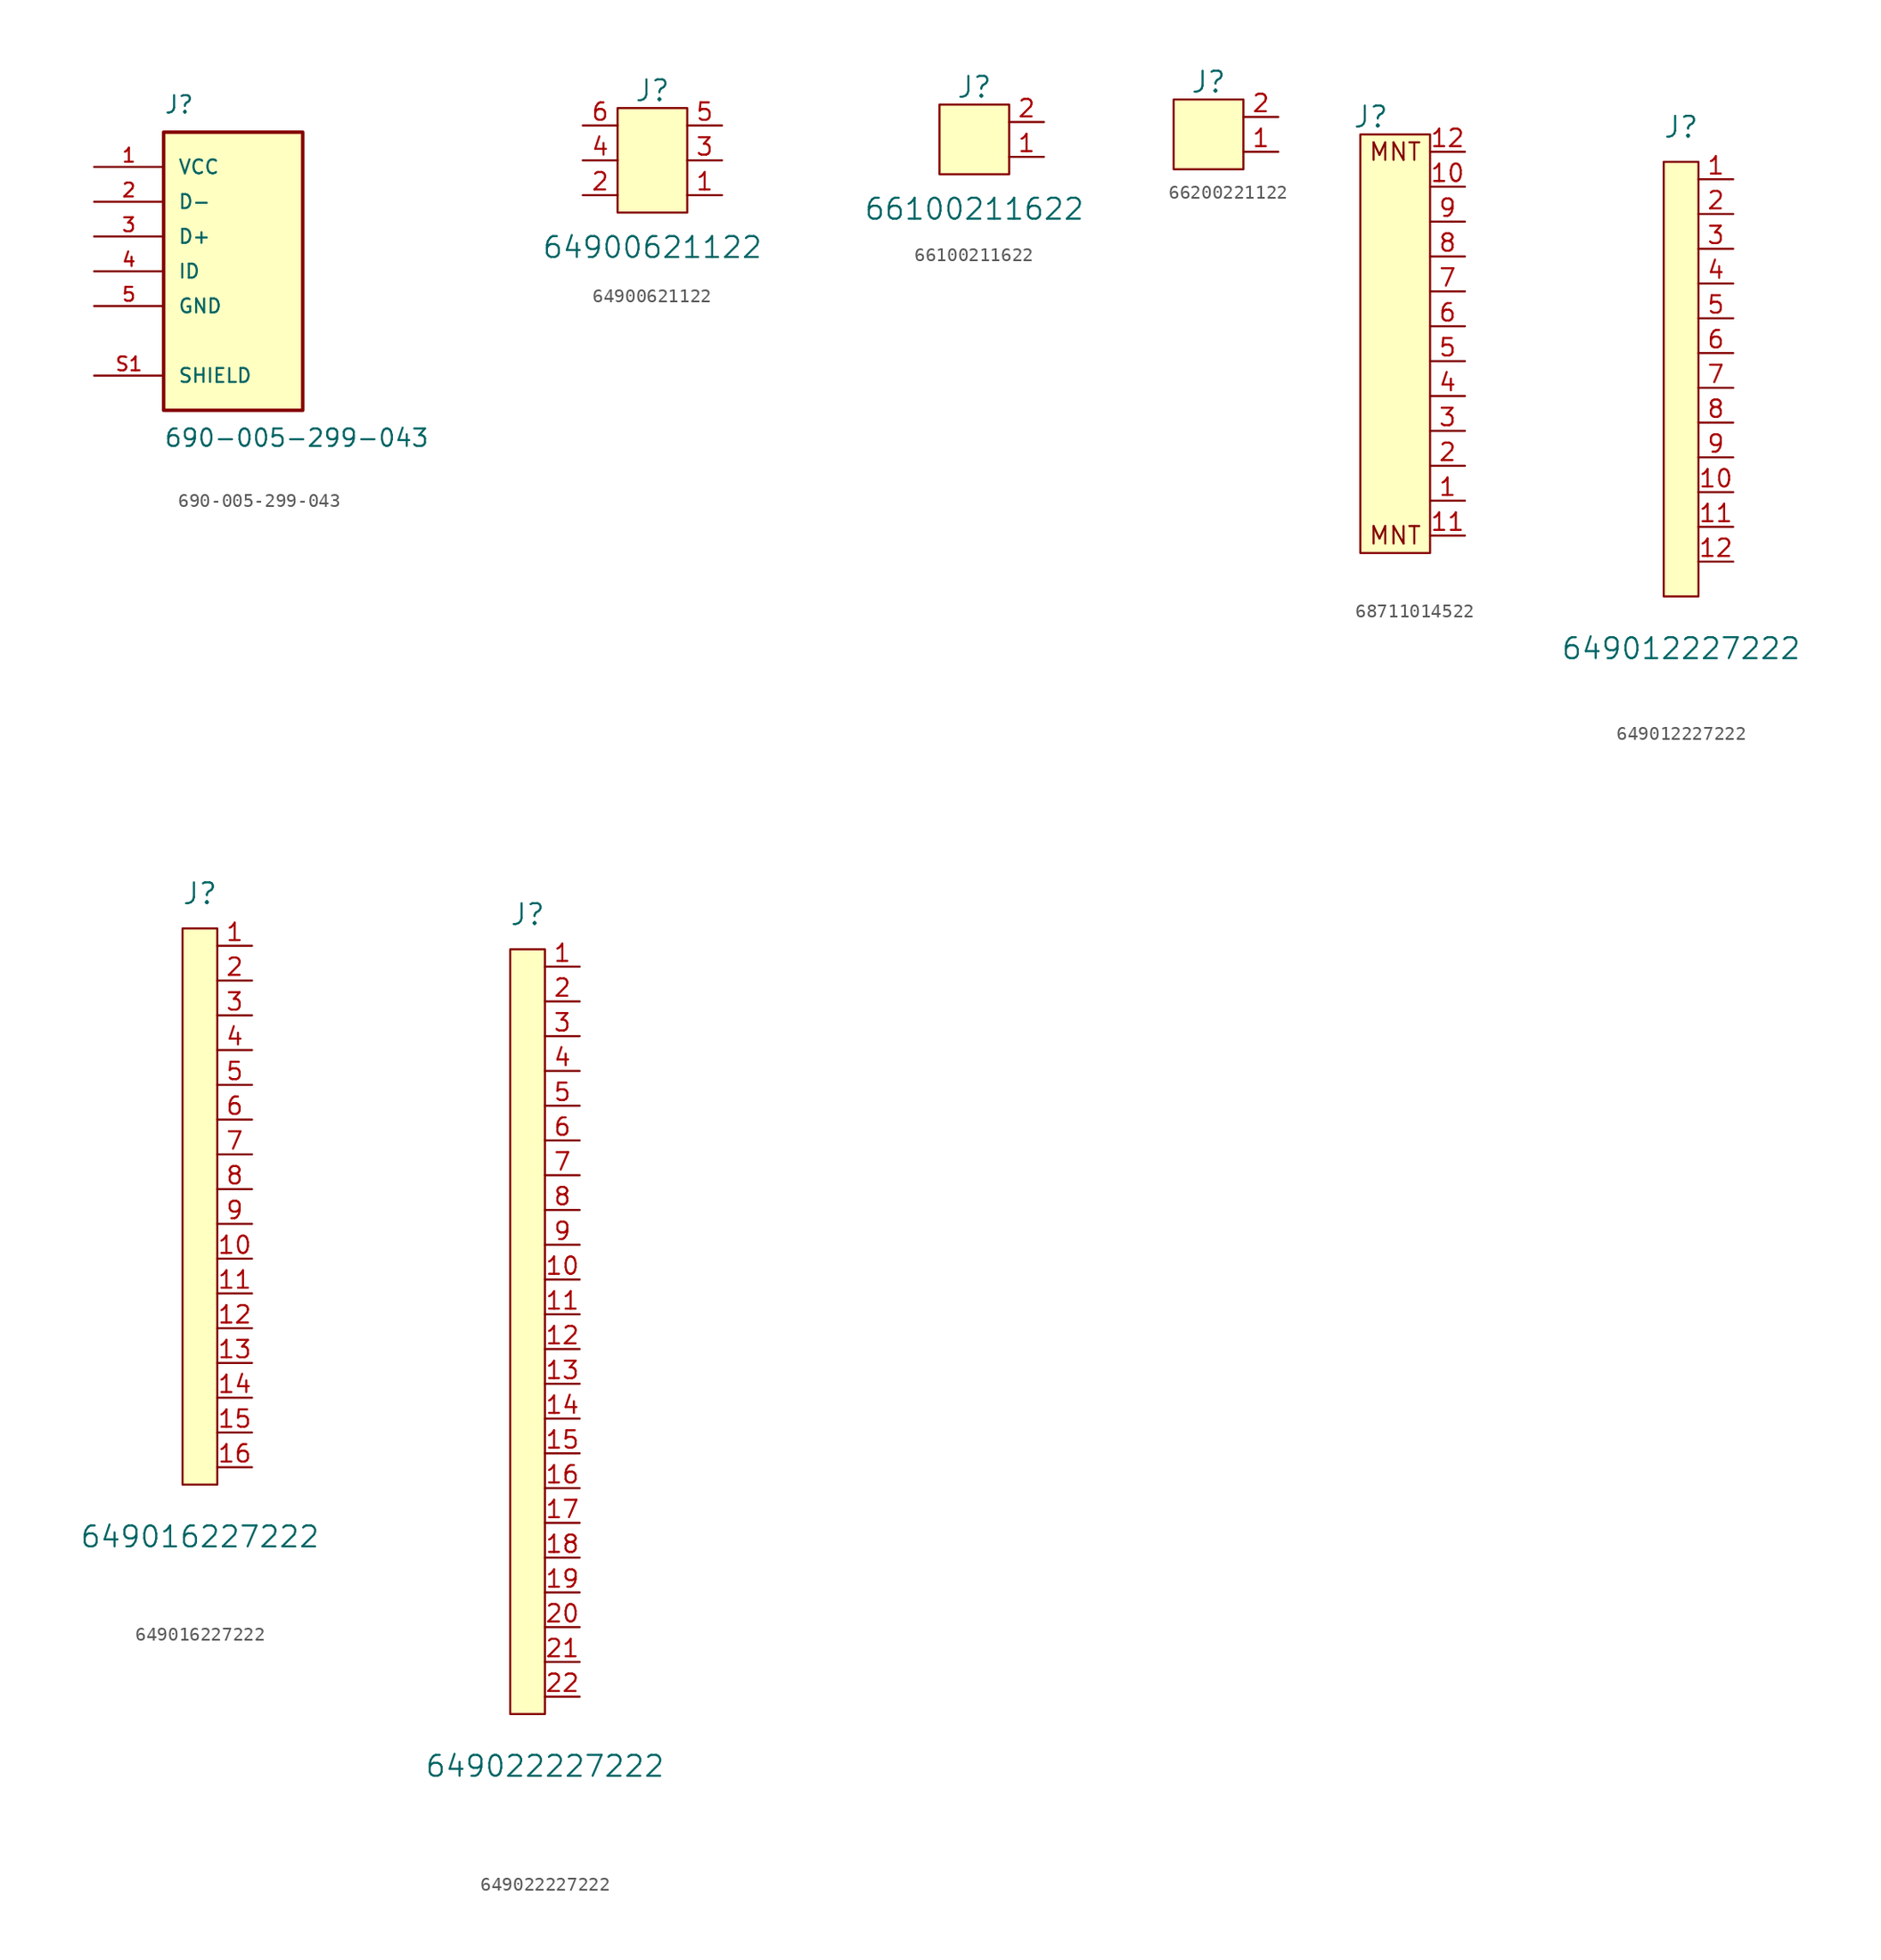
<source format=kicad_sym>
(kicad_symbol_lib
  (version 20241209)
  (generator "kicad_symbol_editor")
  (generator_version "9.0")
  (symbol "690-005-299-043"
    (pin_names
      (offset 1.016))
    (property "Reference" "J"
      (at -5.08 11.43 0)
      (effects (font (size 1.27 1.27)) (justify left bottom)))
    (property "Value" "690-005-299-043"
      (at -5.08 -11.43 0)
      (effects (font (size 1.27 1.27)) (justify left top)))
    (symbol "690-005-299-043_0_0"
      (rectangle (start -5.08 -10.16) (end 5.08 10.16) (stroke (width 0.254) (type default)) (fill (type background)))
      (pin bidirectional line (at -10.16 5.08 0) (length 5.08) (name "D-" (effects (font (size 1.016 1.016)))) (number "2" (effects (font (size 1.016 1.016)))))
      (pin bidirectional line (at -10.16 2.54 0) (length 5.08) (name "D+" (effects (font (size 1.016 1.016)))) (number "3" (effects (font (size 1.016 1.016)))))
      (pin bidirectional line (at -10.16 0 0) (length 5.08) (name "ID" (effects (font (size 1.016 1.016)))) (number "4" (effects (font (size 1.016 1.016)))))
      (pin power_in line (at -10.16 -2.54 0) (length 5.08) (name "GND" (effects (font (size 1.016 1.016)))) (number "5" (effects (font (size 1.016 1.016)))))
      (pin passive line (at -10.16 -7.62 0) (length 5.08) (name "SHIELD" (effects (font (size 1.016 1.016)))) (number "S1" (effects (font (size 1.016 1.016))))))
    (symbol "690-005-299-043_1_0"
      (pin power_out line (at -10.16 7.62 0) (length 5.08) (name "VCC" (effects (font (size 1.016 1.016)))) (number "1" (effects (font (size 1.016 1.016)))))))
  (symbol "64900621122"
    (pin_names
      (offset 0)
      (hide yes))
    (property "Reference" "J"
      (at 0 7.62 0)
      (effects (font (size 1.524 1.524))))
    (property "Value" "64900621122"
      (at 0 -3.81 0)
      (effects (font (size 1.524 1.524))))
    (symbol "64900621122_0_1"
      (rectangle (start -2.54 6.35) (end 2.54 -1.27) (stroke (width 0) (type default)) (fill (type background))))
    (symbol "64900621122_1_1"
      (pin passive line (at -5.08 5.08 0) (length 2.54) (name "6" (effects (font (size 1.27 1.27)))) (number "6" (effects (font (size 1.27 1.27)))))
      (pin passive line (at -5.08 2.54 0) (length 2.54) (name "4" (effects (font (size 1.27 1.27)))) (number "4" (effects (font (size 1.27 1.27)))))
      (pin passive line (at -5.08 0 0) (length 2.54) (name "2" (effects (font (size 1.27 1.27)))) (number "2" (effects (font (size 1.27 1.27)))))
      (pin passive line (at 5.08 5.08 180) (length 2.54) (name "5" (effects (font (size 1.27 1.27)))) (number "5" (effects (font (size 1.27 1.27)))))
      (pin passive line (at 5.08 2.54 180) (length 2.54) (name "3" (effects (font (size 1.27 1.27)))) (number "3" (effects (font (size 1.27 1.27)))))
      (pin passive line (at 5.08 0 180) (length 2.54) (name "1" (effects (font (size 1.27 1.27)))) (number "1" (effects (font (size 1.27 1.27)))))))
  (symbol "66100211622"
    (pin_names
      (offset 0)
      (hide yes))
    (property "Reference" "J"
      (at 0 5.08 0)
      (effects (font (size 1.524 1.524))))
    (property "Value" "66100211622"
      (at 0 -3.81 0)
      (effects (font (size 1.524 1.524))))
    (symbol "66100211622_0_1"
      (rectangle (start -2.54 3.81) (end 2.54 -1.27) (stroke (width 0) (type default)) (fill (type background))))
    (symbol "66100211622_1_1"
      (pin passive line (at 5.08 2.54 180) (length 2.54) (name "2" (effects (font (size 1.27 1.27)))) (number "2" (effects (font (size 1.27 1.27)))))
      (pin passive line (at 5.08 0 180) (length 2.54) (name "1" (effects (font (size 1.27 1.27)))) (number "1" (effects (font (size 1.27 1.27)))))))
  (symbol "66200221122"
    (pin_names
      (offset 0)
      (hide yes))
    (property "Reference" "J"
      (at 0 5.08 0)
      (effects (font (size 1.524 1.524))))
    (symbol "66200221122_0_1"
      (rectangle (start -2.54 3.81) (end 2.54 -1.27) (stroke (width 0) (type default)) (fill (type background))))
    (symbol "66200221122_1_1"
      (pin passive line (at 5.08 2.54 180) (length 2.54) (name "2" (effects (font (size 1.27 1.27)))) (number "2" (effects (font (size 1.27 1.27)))))
      (pin passive line (at 5.08 0 180) (length 2.54) (name "1" (effects (font (size 1.27 1.27)))) (number "1" (effects (font (size 1.27 1.27)))))))
  (symbol "68711014522"
    (pin_names
      (offset 0)
      (hide yes))
    (property "Reference" "J"
      (at -4.318 27.94 0)
      (effects (font (size 1.524 1.524))))
    (symbol "68711014522_0_0"
      (rectangle (start -5.08 26.67) (end 0 -3.81) (stroke (width 0) (type default)) (fill (type background))))
    (symbol "68711014522_1_0"
      (pin passive line (at 2.54 25.4 180) (length 2.54) (name "~" (effects (font (size 1.27 1.27)))) (number "12" (effects (font (size 1.27 1.27))))))
    (symbol "68711014522_1_1"
      (text "MNT" (at -2.54 25.4 0) (effects (font (size 1.27 1.27))))
      (text "MNT" (at -2.54 -2.54 0) (effects (font (size 1.27 1.27))))
      (pin bidirectional line (at 2.54 22.86 180) (length 2.54) (name "~" (effects (font (size 1.27 1.27)))) (number "10" (effects (font (size 1.27 1.27)))))
      (pin bidirectional line (at 2.54 20.32 180) (length 2.54) (name "~" (effects (font (size 1.27 1.27)))) (number "9" (effects (font (size 1.27 1.27)))))
      (pin bidirectional line (at 2.54 17.78 180) (length 2.54) (name "~" (effects (font (size 1.27 1.27)))) (number "8" (effects (font (size 1.27 1.27)))))
      (pin bidirectional line (at 2.54 15.24 180) (length 2.54) (name "~" (effects (font (size 1.27 1.27)))) (number "7" (effects (font (size 1.27 1.27)))))
      (pin bidirectional line (at 2.54 12.7 180) (length 2.54) (name "~" (effects (font (size 1.27 1.27)))) (number "6" (effects (font (size 1.27 1.27)))))
      (pin bidirectional line (at 2.54 10.16 180) (length 2.54) (name "~" (effects (font (size 1.27 1.27)))) (number "5" (effects (font (size 1.27 1.27)))))
      (pin bidirectional line (at 2.54 7.62 180) (length 2.54) (name "~" (effects (font (size 1.27 1.27)))) (number "4" (effects (font (size 1.27 1.27)))))
      (pin bidirectional line (at 2.54 5.08 180) (length 2.54) (name "~" (effects (font (size 1.27 1.27)))) (number "3" (effects (font (size 1.27 1.27)))))
      (pin bidirectional line (at 2.54 2.54 180) (length 2.54) (name "~" (effects (font (size 1.27 1.27)))) (number "2" (effects (font (size 1.27 1.27)))))
      (pin bidirectional line (at 2.54 0 180) (length 2.54) (name "~" (effects (font (size 1.27 1.27)))) (number "1" (effects (font (size 1.27 1.27)))))
      (pin passive line (at 2.54 -2.54 180) (length 2.54) (name "~" (effects (font (size 1.27 1.27)))) (number "11" (effects (font (size 1.27 1.27)))))))
  (symbol "649012227222"
    (pin_names
      (offset 0)
      (hide yes))
    (property "Reference" "J"
      (at 0 34.29 0)
      (effects (font (size 1.524 1.524))))
    (property "Value" "649012227222"
      (at 0 -3.81 0)
      (effects (font (size 1.524 1.524))))
    (symbol "649012227222_0_1"
      (rectangle (start -1.27 31.75) (end 1.27 0) (stroke (width 0) (type default)) (fill (type background))))
    (symbol "649012227222_1_1"
      (pin passive line (at 3.81 30.48 180) (length 2.54) (name "1" (effects (font (size 1.27 1.27)))) (number "1" (effects (font (size 1.27 1.27)))))
      (pin passive line (at 3.81 27.94 180) (length 2.54) (name "2" (effects (font (size 1.27 1.27)))) (number "2" (effects (font (size 1.27 1.27)))))
      (pin passive line (at 3.81 25.4 180) (length 2.54) (name "3" (effects (font (size 1.27 1.27)))) (number "3" (effects (font (size 1.27 1.27)))))
      (pin passive line (at 3.81 22.86 180) (length 2.54) (name "4" (effects (font (size 1.27 1.27)))) (number "4" (effects (font (size 1.27 1.27)))))
      (pin passive line (at 3.81 20.32 180) (length 2.54) (name "5" (effects (font (size 1.27 1.27)))) (number "5" (effects (font (size 1.27 1.27)))))
      (pin passive line (at 3.81 17.78 180) (length 2.54) (name "6" (effects (font (size 1.27 1.27)))) (number "6" (effects (font (size 1.27 1.27)))))
      (pin passive line (at 3.81 15.24 180) (length 2.54) (name "7" (effects (font (size 1.27 1.27)))) (number "7" (effects (font (size 1.27 1.27)))))
      (pin passive line (at 3.81 12.7 180) (length 2.54) (name "8" (effects (font (size 1.27 1.27)))) (number "8" (effects (font (size 1.27 1.27)))))
      (pin passive line (at 3.81 10.16 180) (length 2.54) (name "9" (effects (font (size 1.27 1.27)))) (number "9" (effects (font (size 1.27 1.27)))))
      (pin passive line (at 3.81 7.62 180) (length 2.54) (name "10" (effects (font (size 1.27 1.27)))) (number "10" (effects (font (size 1.27 1.27)))))
      (pin passive line (at 3.81 5.08 180) (length 2.54) (name "11" (effects (font (size 1.27 1.27)))) (number "11" (effects (font (size 1.27 1.27)))))
      (pin passive line (at 3.81 2.54 180) (length 2.54) (name "12" (effects (font (size 1.27 1.27)))) (number "12" (effects (font (size 1.27 1.27)))))))
  (symbol "649016227222"
    (pin_names
      (offset 0)
      (hide yes))
    (property "Reference" "J"
      (at 0 43.18 0)
      (effects (font (size 1.524 1.524))))
    (property "Value" "649016227222"
      (at 0 -3.81 0)
      (effects (font (size 1.524 1.524))))
    (symbol "649016227222_0_1"
      (rectangle (start -1.27 40.64) (end 1.27 0) (stroke (width 0) (type default)) (fill (type background))))
    (symbol "649016227222_1_1"
      (pin passive line (at 3.81 39.37 180) (length 2.54) (name "1" (effects (font (size 1.27 1.27)))) (number "1" (effects (font (size 1.27 1.27)))))
      (pin passive line (at 3.81 36.83 180) (length 2.54) (name "2" (effects (font (size 1.27 1.27)))) (number "2" (effects (font (size 1.27 1.27)))))
      (pin passive line (at 3.81 34.29 180) (length 2.54) (name "3" (effects (font (size 1.27 1.27)))) (number "3" (effects (font (size 1.27 1.27)))))
      (pin passive line (at 3.81 31.75 180) (length 2.54) (name "4" (effects (font (size 1.27 1.27)))) (number "4" (effects (font (size 1.27 1.27)))))
      (pin passive line (at 3.81 29.21 180) (length 2.54) (name "5" (effects (font (size 1.27 1.27)))) (number "5" (effects (font (size 1.27 1.27)))))
      (pin passive line (at 3.81 26.67 180) (length 2.54) (name "6" (effects (font (size 1.27 1.27)))) (number "6" (effects (font (size 1.27 1.27)))))
      (pin passive line (at 3.81 24.13 180) (length 2.54) (name "7" (effects (font (size 1.27 1.27)))) (number "7" (effects (font (size 1.27 1.27)))))
      (pin passive line (at 3.81 21.59 180) (length 2.54) (name "8" (effects (font (size 1.27 1.27)))) (number "8" (effects (font (size 1.27 1.27)))))
      (pin passive line (at 3.81 19.05 180) (length 2.54) (name "9" (effects (font (size 1.27 1.27)))) (number "9" (effects (font (size 1.27 1.27)))))
      (pin passive line (at 3.81 16.51 180) (length 2.54) (name "10" (effects (font (size 1.27 1.27)))) (number "10" (effects (font (size 1.27 1.27)))))
      (pin passive line (at 3.81 13.97 180) (length 2.54) (name "11" (effects (font (size 1.27 1.27)))) (number "11" (effects (font (size 1.27 1.27)))))
      (pin passive line (at 3.81 11.43 180) (length 2.54) (name "12" (effects (font (size 1.27 1.27)))) (number "12" (effects (font (size 1.27 1.27)))))
      (pin passive line (at 3.81 8.89 180) (length 2.54) (name "13" (effects (font (size 1.27 1.27)))) (number "13" (effects (font (size 1.27 1.27)))))
      (pin passive line (at 3.81 6.35 180) (length 2.54) (name "14" (effects (font (size 1.27 1.27)))) (number "14" (effects (font (size 1.27 1.27)))))
      (pin passive line (at 3.81 3.81 180) (length 2.54) (name "15" (effects (font (size 1.27 1.27)))) (number "15" (effects (font (size 1.27 1.27)))))
      (pin passive line (at 3.81 1.27 180) (length 2.54) (name "16" (effects (font (size 1.27 1.27)))) (number "16" (effects (font (size 1.27 1.27)))))))
  (symbol "649022227222"
    (pin_names
      (offset 0)
      (hide yes))
    (property "Reference" "J"
      (at -1.27 58.42 0)
      (effects (font (size 1.524 1.524))))
    (property "Value" "649022227222"
      (at 0 -3.81 0)
      (effects (font (size 1.524 1.524))))
    (symbol "649022227222_0_1"
      (rectangle (start -2.54 55.88) (end 0 0) (stroke (width 0) (type default)) (fill (type background))))
    (symbol "649022227222_1_1"
      (pin passive line (at 2.54 54.61 180) (length 2.54) (name "1" (effects (font (size 1.27 1.27)))) (number "1" (effects (font (size 1.27 1.27)))))
      (pin passive line (at 2.54 52.07 180) (length 2.54) (name "2" (effects (font (size 1.27 1.27)))) (number "2" (effects (font (size 1.27 1.27)))))
      (pin passive line (at 2.54 49.53 180) (length 2.54) (name "3" (effects (font (size 1.27 1.27)))) (number "3" (effects (font (size 1.27 1.27)))))
      (pin passive line (at 2.54 46.99 180) (length 2.54) (name "4" (effects (font (size 1.27 1.27)))) (number "4" (effects (font (size 1.27 1.27)))))
      (pin passive line (at 2.54 44.45 180) (length 2.54) (name "5" (effects (font (size 1.27 1.27)))) (number "5" (effects (font (size 1.27 1.27)))))
      (pin passive line (at 2.54 41.91 180) (length 2.54) (name "6" (effects (font (size 1.27 1.27)))) (number "6" (effects (font (size 1.27 1.27)))))
      (pin passive line (at 2.54 39.37 180) (length 2.54) (name "7" (effects (font (size 1.27 1.27)))) (number "7" (effects (font (size 1.27 1.27)))))
      (pin passive line (at 2.54 36.83 180) (length 2.54) (name "8" (effects (font (size 1.27 1.27)))) (number "8" (effects (font (size 1.27 1.27)))))
      (pin passive line (at 2.54 34.29 180) (length 2.54) (name "9" (effects (font (size 1.27 1.27)))) (number "9" (effects (font (size 1.27 1.27)))))
      (pin passive line (at 2.54 31.75 180) (length 2.54) (name "10" (effects (font (size 1.27 1.27)))) (number "10" (effects (font (size 1.27 1.27)))))
      (pin passive line (at 2.54 29.21 180) (length 2.54) (name "11" (effects (font (size 1.27 1.27)))) (number "11" (effects (font (size 1.27 1.27)))))
      (pin passive line (at 2.54 26.67 180) (length 2.54) (name "12" (effects (font (size 1.27 1.27)))) (number "12" (effects (font (size 1.27 1.27)))))
      (pin passive line (at 2.54 24.13 180) (length 2.54) (name "13" (effects (font (size 1.27 1.27)))) (number "13" (effects (font (size 1.27 1.27)))))
      (pin passive line (at 2.54 21.59 180) (length 2.54) (name "14" (effects (font (size 1.27 1.27)))) (number "14" (effects (font (size 1.27 1.27)))))
      (pin passive line (at 2.54 19.05 180) (length 2.54) (name "15" (effects (font (size 1.27 1.27)))) (number "15" (effects (font (size 1.27 1.27)))))
      (pin passive line (at 2.54 16.51 180) (length 2.54) (name "16" (effects (font (size 1.27 1.27)))) (number "16" (effects (font (size 1.27 1.27)))))
      (pin passive line (at 2.54 13.97 180) (length 2.54) (name "17" (effects (font (size 1.27 1.27)))) (number "17" (effects (font (size 1.27 1.27)))))
      (pin passive line (at 2.54 11.43 180) (length 2.54) (name "18" (effects (font (size 1.27 1.27)))) (number "18" (effects (font (size 1.27 1.27)))))
      (pin passive line (at 2.54 8.89 180) (length 2.54) (name "19" (effects (font (size 1.27 1.27)))) (number "19" (effects (font (size 1.27 1.27)))))
      (pin passive line (at 2.54 6.35 180) (length 2.54) (name "20" (effects (font (size 1.27 1.27)))) (number "20" (effects (font (size 1.27 1.27)))))
      (pin passive line (at 2.54 3.81 180) (length 2.54) (name "21" (effects (font (size 1.27 1.27)))) (number "21" (effects (font (size 1.27 1.27)))))
      (pin passive line (at 2.54 1.27 180) (length 2.54) (name "22" (effects (font (size 1.27 1.27)))) (number "22" (effects (font (size 1.27 1.27))))))))
</source>
